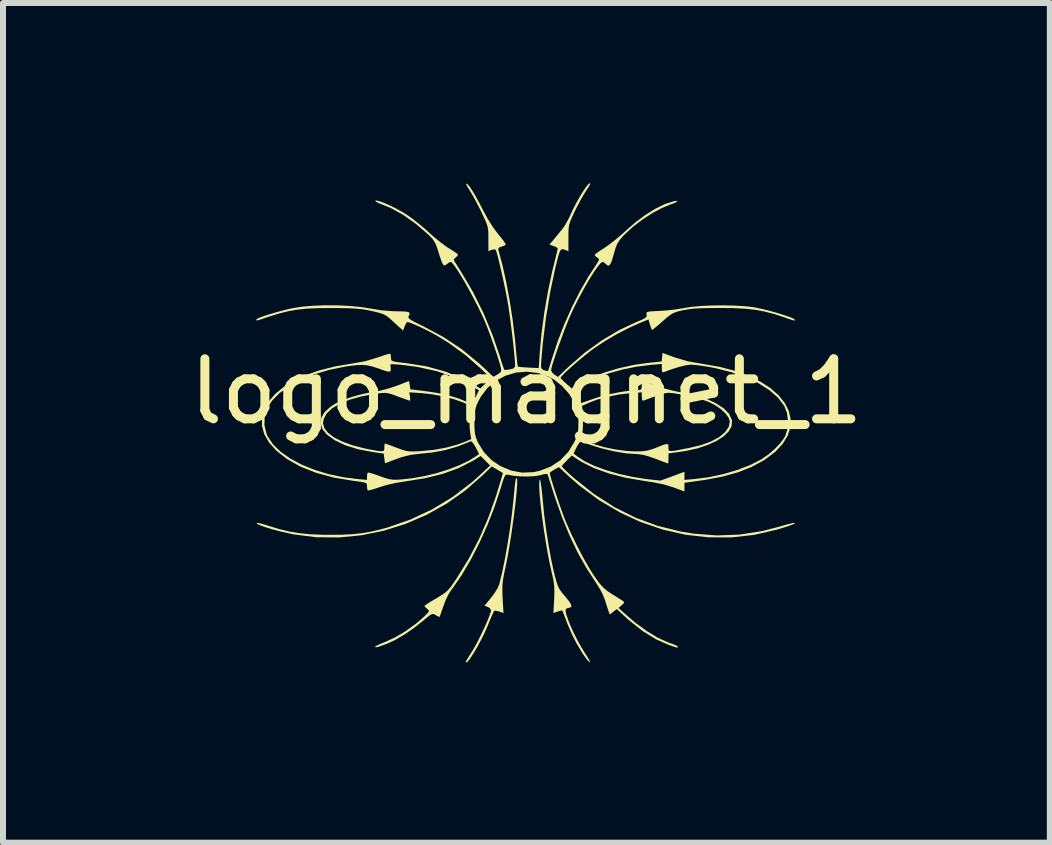
<source format=kicad_pcb>
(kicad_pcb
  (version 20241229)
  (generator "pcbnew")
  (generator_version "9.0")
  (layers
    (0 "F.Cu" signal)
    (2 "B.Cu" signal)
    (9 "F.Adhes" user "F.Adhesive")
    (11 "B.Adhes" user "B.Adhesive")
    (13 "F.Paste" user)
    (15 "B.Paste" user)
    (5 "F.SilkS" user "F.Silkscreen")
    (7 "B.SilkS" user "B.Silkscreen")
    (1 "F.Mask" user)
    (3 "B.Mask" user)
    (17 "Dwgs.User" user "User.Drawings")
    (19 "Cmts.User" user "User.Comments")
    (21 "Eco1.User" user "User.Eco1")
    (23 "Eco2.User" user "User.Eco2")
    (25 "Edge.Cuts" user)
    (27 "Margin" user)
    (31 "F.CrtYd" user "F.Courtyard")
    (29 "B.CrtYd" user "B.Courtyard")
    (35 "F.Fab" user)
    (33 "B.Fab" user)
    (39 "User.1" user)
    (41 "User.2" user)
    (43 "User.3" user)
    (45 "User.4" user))
  (footprint "logo_magnet_1"
    (layer "F.Cu")
    (at 5.72 3.973)
    (property "Reference" "logo_magnet_1" (at 0 -0.5 0) (unlocked yes) (layer "F.SilkS") (effects (font (size 1 1) (thickness 0.15))))
    (attr smd)
    (fp_poly (pts (xy -0.158 0.945) (xy -0.153 0.976) (xy -0.154 1.045) (xy -0.161 1.145) (xy -0.173 1.271) (xy -0.189 1.416) (xy -0.209 1.575) (xy -0.232 1.741) (xy -0.256 1.908) (xy -0.282 2.071) (xy -0.308 2.222) (xy -0.334 2.357) (xy -0.345 2.408) (xy -0.372 2.537) (xy -0.39 2.637) (xy -0.399 2.723) (xy -0.401 2.807) (xy -0.398 2.905) (xy -0.396 2.948) (xy -0.382 3.19) (xy -0.453 3.165) (xy -0.505 3.152) (xy -0.535 3.151) (xy -0.536 3.152) (xy -0.549 3.177) (xy -0.575 3.233) (xy -0.609 3.314) (xy -0.645 3.401) (xy -0.69 3.505) (xy -0.742 3.612) (xy -0.798 3.717) (xy -0.853 3.814) (xy -0.905 3.899) (xy -0.95 3.964) (xy -0.985 4.005) (xy -1.006 4.016) (xy -1.011 4.002) (xy -1 3.98) (xy -0.97 3.93) (xy -0.926 3.861) (xy -0.906 3.83) (xy -0.861 3.754) (xy -0.809 3.658) (xy -0.755 3.549) (xy -0.702 3.438) (xy -0.655 3.332) (xy -0.618 3.241) (xy -0.595 3.174) (xy -0.589 3.144) (xy -0.608 3.111) (xy -0.644 3.089) (xy -0.699 3.068) (xy -0.588 2.934) (xy -0.53 2.857) (xy -0.482 2.778) (xy -0.454 2.715) (xy -0.453 2.712) (xy -0.406 2.519) (xy -0.359 2.294) (xy -0.315 2.045) (xy -0.274 1.785) (xy -0.24 1.524) (xy -0.213 1.273) (xy -0.21 1.244) (xy -0.198 1.117) (xy -0.189 1.029) (xy -0.181 0.974) (xy -0.173 0.947) (xy -0.164 0.941)) (stroke (width 0) (type solid)) (fill yes) (layer "F.SilkS"))
    (fp_poly (pts (xy 0.231 0.98) (xy 0.241 1.033) (xy 0.253 1.119) (xy 0.265 1.233) (xy 0.276 1.35) (xy 0.297 1.564) (xy 0.328 1.798) (xy 0.366 2.038) (xy 0.407 2.269) (xy 0.451 2.477) (xy 0.47 2.555) (xy 0.498 2.661) (xy 0.523 2.736) (xy 0.553 2.796) (xy 0.594 2.853) (xy 0.648 2.916) (xy 0.715 3) (xy 0.748 3.057) (xy 0.748 3.09) (xy 0.716 3.101) (xy 0.715 3.101) (xy 0.673 3.113) (xy 0.66 3.12) (xy 0.652 3.15) (xy 0.664 3.211) (xy 0.693 3.297) (xy 0.734 3.401) (xy 0.786 3.516) (xy 0.846 3.635) (xy 0.91 3.751) (xy 0.975 3.858) (xy 0.993 3.885) (xy 1.032 3.948) (xy 1.055 3.993) (xy 1.057 4.013) (xy 1.056 4.013) (xy 1.034 3.995) (xy 0.996 3.949) (xy 0.949 3.883) (xy 0.936 3.863) (xy 0.839 3.703) (xy 0.76 3.549) (xy 0.687 3.378) (xy 0.666 3.323) (xy 0.636 3.245) (xy 0.612 3.184) (xy 0.598 3.151) (xy 0.597 3.148) (xy 0.574 3.149) (xy 0.527 3.163) (xy 0.52 3.165) (xy 0.449 3.19) (xy 0.462 2.962) (xy 0.466 2.84) (xy 0.463 2.741) (xy 0.45 2.645) (xy 0.425 2.53) (xy 0.421 2.515) (xy 0.386 2.356) (xy 0.351 2.175) (xy 0.318 1.98) (xy 0.287 1.78) (xy 0.26 1.584) (xy 0.238 1.399) (xy 0.222 1.236) (xy 0.214 1.102) (xy 0.213 1.044) (xy 0.216 0.982) (xy 0.222 0.962)) (stroke (width 0) (type solid)) (fill yes) (layer "F.SilkS"))
    (fp_poly (pts (xy 1.064 -3.971) (xy 1.059 -3.948) (xy 1.032 -3.901) (xy 0.997 -3.848) (xy 0.954 -3.781) (xy 0.901 -3.688) (xy 0.845 -3.582) (xy 0.809 -3.511) (xy 0.762 -3.411) (xy 0.731 -3.338) (xy 0.712 -3.278) (xy 0.703 -3.216) (xy 0.7 -3.139) (xy 0.7 -3.061) (xy 0.7 -2.839) (xy 0.641 -2.861) (xy 0.611 -2.871) (xy 0.587 -2.871) (xy 0.568 -2.854) (xy 0.55 -2.816) (xy 0.529 -2.75) (xy 0.504 -2.651) (xy 0.479 -2.548) (xy 0.395 -2.15) (xy 0.325 -1.725) (xy 0.271 -1.285) (xy 0.248 -1.018) (xy 0.243 -0.941) (xy 0.246 -0.897) (xy 0.26 -0.873) (xy 0.288 -0.858) (xy 0.294 -0.856) (xy 0.338 -0.843) (xy 0.359 -0.843) (xy 0.368 -0.866) (xy 0.387 -0.923) (xy 0.412 -1.004) (xy 0.433 -1.071) (xy 0.524 -1.346) (xy 0.635 -1.63) (xy 0.76 -1.91) (xy 0.894 -2.175) (xy 1.031 -2.412) (xy 1.089 -2.501) (xy 1.141 -2.581) (xy 1.182 -2.646) (xy 1.206 -2.689) (xy 1.211 -2.7) (xy 1.194 -2.722) (xy 1.163 -2.746) (xy 1.143 -2.761) (xy 1.14 -2.776) (xy 1.159 -2.798) (xy 1.205 -2.832) (xy 1.283 -2.882) (xy 1.291 -2.887) (xy 1.386 -2.954) (xy 1.495 -3.039) (xy 1.6 -3.128) (xy 1.644 -3.169) (xy 1.811 -3.315) (xy 1.983 -3.443) (xy 2.153 -3.549) (xy 2.313 -3.626) (xy 2.456 -3.671) (xy 2.503 -3.677) (xy 2.514 -3.67) (xy 2.492 -3.653) (xy 2.441 -3.63) (xy 2.4 -3.616) (xy 2.256 -3.557) (xy 2.096 -3.471) (xy 1.933 -3.365) (xy 1.777 -3.246) (xy 1.64 -3.121) (xy 1.608 -3.089) (xy 1.555 -3.027) (xy 1.517 -2.968) (xy 1.487 -2.896) (xy 1.458 -2.797) (xy 1.455 -2.786) (xy 1.425 -2.684) (xy 1.399 -2.622) (xy 1.372 -2.596) (xy 1.344 -2.605) (xy 1.322 -2.626) (xy 1.286 -2.654) (xy 1.267 -2.66) (xy 1.238 -2.641) (xy 1.193 -2.587) (xy 1.135 -2.506) (xy 1.068 -2.402) (xy 0.996 -2.28) (xy 0.922 -2.148) (xy 0.849 -2.011) (xy 0.781 -1.874) (xy 0.745 -1.795) (xy 0.704 -1.701) (xy 0.658 -1.586) (xy 0.609 -1.458) (xy 0.561 -1.325) (xy 0.514 -1.195) (xy 0.474 -1.075) (xy 0.441 -0.974) (xy 0.419 -0.898) (xy 0.411 -0.856) (xy 0.411 -0.855) (xy 0.428 -0.818) (xy 0.468 -0.781) (xy 0.525 -0.744) (xy 0.72 -0.929) (xy 0.977 -1.151) (xy 1.256 -1.352) (xy 1.546 -1.524) (xy 1.836 -1.66) (xy 1.84 -1.661) (xy 1.925 -1.697) (xy 1.976 -1.723) (xy 2 -1.745) (xy 2.004 -1.768) (xy 2.002 -1.782) (xy 1.998 -1.805) (xy 2.005 -1.82) (xy 2.03 -1.83) (xy 2.081 -1.836) (xy 2.166 -1.841) (xy 2.217 -1.843) (xy 2.341 -1.852) (xy 2.476 -1.867) (xy 2.597 -1.886) (xy 2.633 -1.893) (xy 2.759 -1.912) (xy 2.917 -1.926) (xy 3.095 -1.934) (xy 3.282 -1.936) (xy 3.467 -1.932) (xy 3.637 -1.922) (xy 3.78 -1.906) (xy 3.833 -1.896) (xy 3.939 -1.873) (xy 4.054 -1.844) (xy 4.169 -1.812) (xy 4.277 -1.779) (xy 4.368 -1.748) (xy 4.434 -1.723) (xy 4.466 -1.704) (xy 4.467 -1.703) (xy 4.473 -1.687) (xy 4.461 -1.683) (xy 4.425 -1.692) (xy 4.358 -1.714) (xy 4.301 -1.735) (xy 4.135 -1.79) (xy 3.977 -1.831) (xy 3.816 -1.861) (xy 3.641 -1.88) (xy 3.442 -1.89) (xy 3.233 -1.892) (xy 3.055 -1.891) (xy 2.914 -1.888) (xy 2.801 -1.882) (xy 2.708 -1.872) (xy 2.627 -1.858) (xy 2.603 -1.853) (xy 2.518 -1.833) (xy 2.455 -1.81) (xy 2.399 -1.778) (xy 2.336 -1.73) (xy 2.268 -1.67) (xy 2.198 -1.608) (xy 2.141 -1.56) (xy 2.104 -1.531) (xy 2.095 -1.525) (xy 2.083 -1.544) (xy 2.065 -1.592) (xy 2.059 -1.613) (xy 2.033 -1.7) (xy 1.894 -1.644) (xy 1.707 -1.56) (xy 1.506 -1.456) (xy 1.31 -1.342) (xy 1.138 -1.228) (xy 1.058 -1.168) (xy 0.967 -1.096) (xy 0.873 -1.018) (xy 0.782 -0.94) (xy 0.7 -0.866) (xy 0.632 -0.803) (xy 0.587 -0.755) (xy 0.569 -0.73) (xy 0.569 -0.729) (xy 0.585 -0.707) (xy 0.626 -0.666) (xy 0.667 -0.629) (xy 0.763 -0.545) (xy 0.886 -0.624) (xy 1.074 -0.726) (xy 1.297 -0.816) (xy 1.544 -0.89) (xy 1.806 -0.947) (xy 2.015 -0.976) (xy 2.253 -1.001) (xy 2.26 -1.072) (xy 2.267 -1.144) (xy 2.467 -1.07) (xy 2.689 -1.004) (xy 2.933 -0.961) (xy 3.216 -0.912) (xy 3.471 -0.846) (xy 3.699 -0.763) (xy 3.897 -0.666) (xy 4.064 -0.558) (xy 4.2 -0.439) (xy 4.302 -0.312) (xy 4.37 -0.18) (xy 4.402 -0.043) (xy 4.397 0.096) (xy 4.353 0.234) (xy 4.27 0.371) (xy 4.146 0.504) (xy 3.979 0.63) (xy 3.959 0.643) (xy 3.755 0.754) (xy 3.527 0.845) (xy 3.267 0.917) (xy 2.972 0.973) (xy 2.906 0.982) (xy 2.633 1.02) (xy 2.633 1.165) (xy 2.45 1.097) (xy 2.295 1.049) (xy 2.104 1.01) (xy 1.956 0.988) (xy 1.653 0.936) (xy 1.376 0.865) (xy 1.129 0.777) (xy 0.918 0.672) (xy 0.841 0.623) (xy 0.757 0.566) (xy 0.673 0.648) (xy 0.626 0.697) (xy 0.595 0.734) (xy 0.589 0.746) (xy 0.605 0.766) (xy 0.648 0.809) (xy 0.711 0.869) (xy 0.79 0.939) (xy 0.794 0.943) (xy 1.123 1.205) (xy 1.463 1.424) (xy 1.817 1.601) (xy 2.185 1.737) (xy 2.57 1.832) (xy 2.784 1.867) (xy 3.171 1.897) (xy 3.551 1.883) (xy 3.926 1.825) (xy 4.206 1.753) (xy 4.305 1.724) (xy 4.389 1.702) (xy 4.447 1.689) (xy 4.472 1.687) (xy 4.473 1.687) (xy 4.467 1.7) (xy 4.429 1.718) (xy 4.356 1.744) (xy 4.245 1.779) (xy 4.167 1.802) (xy 3.794 1.888) (xy 3.415 1.93) (xy 3.034 1.929) (xy 2.652 1.886) (xy 2.273 1.8) (xy 1.899 1.672) (xy 1.567 1.519) (xy 1.212 1.311) (xy 0.881 1.065) (xy 0.726 0.93) (xy 0.542 0.76) (xy 0.465 0.801) (xy 0.417 0.831) (xy 0.39 0.854) (xy 0.389 0.858) (xy 0.396 0.894) (xy 0.415 0.964) (xy 0.444 1.058) (xy 0.48 1.17) (xy 0.52 1.29) (xy 0.561 1.41) (xy 0.601 1.522) (xy 0.636 1.617) (xy 0.656 1.666) (xy 0.744 1.865) (xy 0.844 2.071) (xy 0.949 2.271) (xy 1.053 2.453) (xy 1.139 2.588) (xy 1.209 2.685) (xy 1.271 2.756) (xy 1.336 2.814) (xy 1.418 2.87) (xy 1.422 2.872) (xy 1.499 2.92) (xy 1.564 2.961) (xy 1.606 2.987) (xy 1.611 2.991) (xy 1.629 3.01) (xy 1.616 3.034) (xy 1.59 3.058) (xy 1.535 3.104) (xy 1.623 3.186) (xy 1.808 3.346) (xy 1.996 3.484) (xy 2.179 3.596) (xy 2.35 3.675) (xy 2.406 3.695) (xy 2.47 3.718) (xy 2.512 3.739) (xy 2.522 3.75) (xy 2.521 3.762) (xy 2.512 3.766) (xy 2.485 3.76) (xy 2.432 3.742) (xy 2.377 3.723) (xy 2.161 3.629) (xy 1.938 3.491) (xy 1.712 3.313) (xy 1.639 3.247) (xy 1.506 3.124) (xy 1.447 3.169) (xy 1.389 3.215) (xy 1.368 3.159) (xy 1.35 3.106) (xy 1.326 3.031) (xy 1.309 2.974) (xy 1.275 2.888) (xy 1.222 2.785) (xy 1.158 2.684) (xy 1.155 2.679) (xy 0.999 2.439) (xy 0.855 2.184) (xy 0.722 1.907) (xy 0.596 1.602) (xy 0.475 1.264) (xy 0.356 0.888) (xy 0.355 0.884) (xy 0.337 0.872) (xy 0.29 0.877) (xy 0.232 0.893) (xy 0.141 0.909) (xy 0.023 0.916) (xy -0.104 0.913) (xy -0.226 0.902) (xy -0.301 0.887) (xy -0.325 0.883) (xy -0.344 0.889) (xy -0.362 0.912) (xy -0.381 0.959) (xy -0.406 1.037) (xy -0.433 1.125) (xy -0.534 1.43) (xy -0.653 1.734) (xy -0.787 2.029) (xy -0.93 2.307) (xy -1.079 2.559) (xy -1.23 2.778) (xy -1.26 2.817) (xy -1.299 2.879) (xy -1.341 2.966) (xy -1.378 3.061) (xy -1.382 3.072) (xy -1.41 3.153) (xy -1.432 3.216) (xy -1.445 3.251) (xy -1.447 3.254) (xy -1.468 3.249) (xy -1.51 3.226) (xy -1.511 3.225) (xy -1.539 3.209) (xy -1.564 3.205) (xy -1.595 3.217) (xy -1.64 3.251) (xy -1.709 3.308) (xy -1.717 3.315) (xy -1.874 3.439) (xy -2.033 3.549) (xy -2.186 3.638) (xy -2.296 3.69) (xy -2.4 3.73) (xy -2.469 3.754) (xy -2.507 3.762) (xy -2.522 3.756) (xy -2.522 3.753) (xy -2.503 3.737) (xy -2.451 3.712) (xy -2.378 3.681) (xy -2.357 3.673) (xy -2.188 3.596) (xy -2.009 3.489) (xy -1.836 3.364) (xy -1.736 3.278) (xy -1.672 3.218) (xy -1.636 3.181) (xy -1.625 3.157) (xy -1.633 3.138) (xy -1.653 3.121) (xy -1.688 3.089) (xy -1.7 3.072) (xy -1.682 3.057) (xy -1.634 3.025) (xy -1.563 2.981) (xy -1.503 2.946) (xy -1.42 2.896) (xy -1.358 2.854) (xy -1.309 2.811) (xy -1.263 2.758) (xy -1.211 2.685) (xy -1.15 2.593) (xy -0.955 2.275) (xy -0.786 1.949) (xy -0.637 1.606) (xy -0.505 1.237) (xy -0.425 0.973) (xy -0.392 0.857) (xy -0.578 0.747) (xy -0.722 0.889) (xy -1.014 1.145) (xy -1.33 1.368) (xy -1.665 1.555) (xy -2.017 1.706) (xy -2.38 1.82) (xy -2.752 1.895) (xy -3.127 1.931) (xy -3.503 1.927) (xy -3.876 1.88) (xy -4.087 1.834) (xy -4.225 1.797) (xy -4.34 1.763) (xy -4.427 1.732) (xy -4.481 1.707) (xy -4.497 1.69) (xy -4.495 1.688) (xy -4.47 1.689) (xy -4.414 1.702) (xy -4.337 1.724) (xy -4.31 1.733) (xy -4.122 1.79) (xy -3.949 1.832) (xy -3.778 1.86) (xy -3.597 1.878) (xy -3.391 1.886) (xy -3.278 1.887) (xy -3.071 1.885) (xy -2.895 1.876) (xy -2.737 1.859) (xy -2.585 1.833) (xy -2.425 1.795) (xy -2.311 1.764) (xy -1.931 1.632) (xy -1.567 1.461) (xy -1.223 1.252) (xy -0.905 1.008) (xy -0.783 0.899) (xy -0.605 0.732) (xy -0.684 0.653) (xy -0.762 0.574) (xy -0.901 0.659) (xy -1.13 0.776) (xy -1.393 0.871) (xy -1.693 0.945) (xy -2.011 0.996) (xy -2.173 1.022) (xy -2.329 1.057) (xy -2.45 1.094) (xy -2.533 1.122) (xy -2.599 1.141) (xy -2.638 1.149) (xy -2.644 1.148) (xy -2.653 1.119) (xy -2.656 1.076) (xy -2.657 1.048) (xy -2.667 1.029) (xy -2.694 1.016) (xy -2.746 1.006) (xy -2.831 0.994) (xy -2.872 0.989) (xy -3.203 0.935) (xy -3.499 0.855) (xy -3.762 0.752) (xy -3.988 0.625) (xy -4.165 0.486) (xy -4.287 0.35) (xy -4.367 0.211) (xy -4.406 0.071) (xy -4.406 0.056) (xy -4.365 0.056) (xy -4.33 0.204) (xy -4.309 0.25) (xy -4.222 0.379) (xy -4.096 0.502) (xy -3.935 0.615) (xy -3.745 0.717) (xy -3.53 0.804) (xy -3.296 0.876) (xy -3.047 0.928) (xy -2.827 0.956) (xy -2.656 0.972) (xy -2.656 0.917) (xy -2.651 0.87) (xy -2.644 0.85) (xy -2.619 0.852) (xy -2.563 0.867) (xy -2.485 0.893) (xy -2.445 0.908) (xy -2.363 0.938) (xy -2.296 0.957) (xy -2.231 0.968) (xy -2.159 0.969) (xy -2.07 0.963) (xy -1.951 0.95) (xy -1.889 0.942) (xy -1.695 0.908) (xy -1.494 0.859) (xy -1.297 0.797) (xy -1.115 0.727) (xy -0.958 0.651) (xy -0.856 0.588) (xy -0.789 0.541) (xy -0.846 0.429) (xy -0.883 0.366) (xy -0.915 0.332) (xy -0.929 0.329) (xy -1.144 0.415) (xy -1.349 0.475) (xy -1.563 0.515) (xy -1.77 0.536) (xy -1.932 0.556) (xy -2.082 0.594) (xy -2.164 0.623) (xy -2.356 0.695) (xy -2.367 0.614) (xy -2.378 0.534) (xy -2.558 0.508) (xy -2.802 0.462) (xy -3.013 0.397) (xy -3.189 0.314) (xy -3.323 0.218) (xy -3.398 0.127) (xy -3.429 0.034) (xy -3.429 0.029) (xy -3.389 0.029) (xy -3.367 0.11) (xy -3.304 0.189) (xy -3.204 0.264) (xy -3.068 0.333) (xy -2.902 0.394) (xy -2.707 0.445) (xy -2.601 0.466) (xy -2.498 0.485) (xy -2.43 0.494) (xy -2.391 0.493) (xy -2.373 0.48) (xy -2.367 0.455) (xy -2.367 0.432) (xy -2.364 0.385) (xy -2.358 0.365) (xy -2.357 0.365) (xy -2.334 0.373) (xy -2.279 0.392) (xy -2.203 0.421) (xy -2.165 0.435) (xy -2.081 0.466) (xy -2.016 0.486) (xy -1.955 0.496) (xy -1.883 0.498) (xy -1.787 0.494) (xy -1.747 0.491) (xy -1.543 0.471) (xy -1.34 0.435) (xy -1.155 0.385) (xy -1.03 0.34) (xy -0.919 0.292) (xy -0.935 0.201) (xy -0.946 0.096) (xy -0.948 0.009) (xy -0.867 0.009) (xy -0.865 0.117) (xy -0.858 0.195) (xy -0.843 0.26) (xy -0.818 0.325) (xy -0.808 0.347) (xy -0.708 0.51) (xy -0.575 0.647) (xy -0.436 0.74) (xy -0.253 0.817) (xy -0.072 0.851) (xy 0.115 0.843) (xy 0.22 0.821) (xy 0.404 0.751) (xy 0.566 0.644) (xy 0.673 0.531) (xy 0.785 0.531) (xy 0.848 0.581) (xy 0.97 0.661) (xy 1.129 0.737) (xy 1.317 0.806) (xy 1.526 0.868) (xy 1.75 0.918) (xy 1.98 0.956) (xy 2.133 0.973) (xy 2.19 0.978) (xy 2.222 0.983) (xy 2.225 0.984) (xy 2.245 0.979) (xy 2.298 0.96) (xy 2.375 0.933) (xy 2.43 0.912) (xy 2.633 0.837) (xy 2.633 0.972) (xy 2.806 0.957) (xy 3.043 0.926) (xy 3.285 0.874) (xy 3.519 0.805) (xy 3.733 0.722) (xy 3.913 0.63) (xy 4.024 0.554) (xy 4.132 0.462) (xy 4.226 0.364) (xy 4.295 0.271) (xy 4.312 0.241) (xy 4.349 0.125) (xy 4.358 -0.008) (xy 4.341 -0.141) (xy 4.298 -0.255) (xy 4.295 -0.261) (xy 4.191 -0.398) (xy 4.046 -0.524) (xy 3.865 -0.639) (xy 3.651 -0.74) (xy 3.408 -0.824) (xy 3.138 -0.892) (xy 3.025 -0.913) (xy 2.923 -0.929) (xy 2.826 -0.941) (xy 2.75 -0.947) (xy 2.734 -0.947) (xy 2.66 -0.938) (xy 2.557 -0.914) (xy 2.438 -0.878) (xy 2.314 -0.832) (xy 2.294 -0.825) (xy 2.268 -0.821) (xy 2.257 -0.846) (xy 2.256 -0.884) (xy 2.256 -0.96) (xy 2.063 -0.943) (xy 1.833 -0.914) (xy 1.603 -0.867) (xy 1.382 -0.806) (xy 1.177 -0.733) (xy 0.999 -0.651) (xy 0.854 -0.563) (xy 0.837 -0.55) (xy 0.785 -0.511) (xy 0.837 -0.405) (xy 0.875 -0.338) (xy 0.907 -0.311) (xy 0.922 -0.311) (xy 0.957 -0.324) (xy 1.023 -0.346) (xy 1.107 -0.376) (xy 1.149 -0.391) (xy 1.267 -0.426) (xy 1.406 -0.46) (xy 1.553 -0.49) (xy 1.693 -0.511) (xy 1.811 -0.523) (xy 1.85 -0.524) (xy 1.898 -0.528) (xy 1.918 -0.549) (xy 1.922 -0.6) (xy 1.922 -0.602) (xy 1.924 -0.654) (xy 1.93 -0.679) (xy 1.931 -0.68) (xy 1.954 -0.673) (xy 2.009 -0.653) (xy 2.087 -0.623) (xy 2.138 -0.604) (xy 2.259 -0.563) (xy 2.397 -0.525) (xy 2.526 -0.496) (xy 2.546 -0.493) (xy 2.723 -0.46) (xy 2.87 -0.423) (xy 3 -0.378) (xy 3.127 -0.32) (xy 3.152 -0.307) (xy 3.283 -0.224) (xy 3.372 -0.134) (xy 3.42 -0.036) (xy 3.425 -0.009) (xy 3.418 0.079) (xy 3.369 0.165) (xy 3.285 0.247) (xy 3.167 0.323) (xy 3.021 0.39) (xy 2.85 0.447) (xy 2.657 0.489) (xy 2.569 0.503) (xy 2.367 0.531) (xy 2.367 0.615) (xy 2.365 0.669) (xy 2.361 0.697) (xy 2.359 0.699) (xy 2.337 0.691) (xy 2.283 0.671) (xy 2.206 0.641) (xy 2.154 0.621) (xy 2.037 0.58) (xy 1.934 0.553) (xy 1.859 0.543) (xy 1.67 0.531) (xy 1.458 0.496) (xy 1.234 0.442) (xy 1.012 0.371) (xy 0.922 0.336) (xy 0.893 0.342) (xy 0.86 0.385) (xy 0.837 0.427) (xy 0.785 0.531) (xy 0.673 0.531) (xy 0.699 0.503) (xy 0.797 0.343) (xy 0.833 0.263) (xy 0.835 0.256) (xy 0.914 0.256) (xy 0.926 0.284) (xy 0.97 0.312) (xy 1.113 0.372) (xy 1.287 0.424) (xy 1.476 0.464) (xy 1.668 0.489) (xy 1.813 0.497) (xy 1.927 0.495) (xy 2.015 0.483) (xy 2.096 0.46) (xy 2.135 0.446) (xy 2.235 0.406) (xy 2.301 0.382) (xy 2.341 0.374) (xy 2.36 0.381) (xy 2.366 0.403) (xy 2.367 0.431) (xy 2.367 0.459) (xy 2.37 0.479) (xy 2.385 0.489) (xy 2.416 0.491) (xy 2.47 0.485) (xy 2.553 0.47) (xy 2.672 0.447) (xy 2.709 0.44) (xy 2.907 0.393) (xy 3.075 0.332) (xy 3.21 0.26) (xy 3.309 0.178) (xy 3.37 0.089) (xy 3.389 -0.000305) (xy 3.369 -0.064) (xy 3.316 -0.136) (xy 3.236 -0.21) (xy 3.137 -0.277) (xy 3.028 -0.331) (xy 3.028 -0.331) (xy 2.935 -0.363) (xy 2.818 -0.396) (xy 2.69 -0.427) (xy 2.565 -0.453) (xy 2.455 -0.472) (xy 2.372 -0.479) (xy 2.363 -0.479) (xy 2.307 -0.471) (xy 2.226 -0.449) (xy 2.136 -0.418) (xy 2.122 -0.413) (xy 2.042 -0.382) (xy 1.979 -0.359) (xy 1.943 -0.347) (xy 1.939 -0.347) (xy 1.927 -0.366) (xy 1.922 -0.413) (xy 1.922 -0.417) (xy 1.922 -0.487) (xy 1.728 -0.472) (xy 1.539 -0.45) (xy 1.349 -0.412) (xy 1.172 -0.363) (xy 1.05 -0.317) (xy 0.928 -0.262) (xy 0.939 -0.062) (xy 0.942 0.048) (xy 0.938 0.141) (xy 0.928 0.203) (xy 0.926 0.207) (xy 0.914 0.256) (xy 0.835 0.256) (xy 0.854 0.194) (xy 0.864 0.12) (xy 0.866 0.022) (xy 0.866 0.009) (xy 0.865 -0.092) (xy 0.856 -0.166) (xy 0.838 -0.231) (xy 0.805 -0.306) (xy 0.794 -0.329) (xy 0.706 -0.468) (xy 0.591 -0.595) (xy 0.46 -0.699) (xy 0.379 -0.744) (xy 0.196 -0.808) (xy 0.009 -0.831) (xy -0.174 -0.816) (xy -0.349 -0.764) (xy -0.509 -0.678) (xy -0.649 -0.559) (xy -0.762 -0.41) (xy -0.794 -0.35) (xy -0.829 -0.275) (xy -0.85 -0.214) (xy -0.862 -0.15) (xy -0.866 -0.068) (xy -0.867 0.009) (xy -0.948 0.009) (xy -0.948 -0.022) (xy -0.942 -0.131) (xy -0.933 -0.191) (xy -0.928 -0.23) (xy -0.938 -0.256) (xy -0.972 -0.28) (xy -1.037 -0.311) (xy -1.194 -0.368) (xy -1.377 -0.418) (xy -1.571 -0.454) (xy -1.742 -0.473) (xy -1.951 -0.487) (xy -1.94 -0.417) (xy -1.936 -0.369) (xy -1.941 -0.347) (xy -1.942 -0.347) (xy -1.966 -0.354) (xy -2.022 -0.374) (xy -2.1 -0.402) (xy -2.141 -0.417) (xy -2.231 -0.451) (xy -2.295 -0.47) (xy -2.351 -0.477) (xy -2.414 -0.475) (xy -2.5 -0.464) (xy -2.52 -0.461) (xy -2.748 -0.419) (xy -2.945 -0.364) (xy -3.109 -0.297) (xy -3.238 -0.22) (xy -3.328 -0.134) (xy -3.379 -0.04) (xy -3.389 0.029) (xy -3.429 0.029) (xy -3.418 -0.06) (xy -3.365 -0.153) (xy -3.27 -0.242) (xy -3.182 -0.3) (xy -3.073 -0.351) (xy -2.933 -0.402) (xy -2.776 -0.448) (xy -2.616 -0.484) (xy -2.518 -0.5) (xy -2.418 -0.519) (xy -2.299 -0.551) (xy -2.183 -0.588) (xy -2.154 -0.599) (xy -1.956 -0.675) (xy -1.944 -0.606) (xy -1.933 -0.537) (xy -1.705 -0.51) (xy -1.497 -0.479) (xy -1.307 -0.438) (xy -1.143 -0.39) (xy -1.018 -0.339) (xy -0.908 -0.283) (xy -0.791 -0.521) (xy -0.94 -0.608) (xy -1.198 -0.738) (xy -1.485 -0.837) (xy -1.804 -0.908) (xy -1.996 -0.935) (xy -2.097 -0.946) (xy -2.181 -0.953) (xy -2.239 -0.956) (xy -2.26 -0.955) (xy -2.267 -0.929) (xy -2.263 -0.913) (xy -2.259 -0.863) (xy -2.263 -0.847) (xy -2.276 -0.833) (xy -2.303 -0.832) (xy -2.354 -0.845) (xy -2.435 -0.873) (xy -2.456 -0.881) (xy -2.56 -0.915) (xy -2.65 -0.936) (xy -2.739 -0.944) (xy -2.842 -0.939) (xy -2.97 -0.923) (xy -3.023 -0.914) (xy -3.289 -0.86) (xy -3.535 -0.786) (xy -3.758 -0.696) (xy -3.951 -0.591) (xy -4.113 -0.474) (xy -4.238 -0.347) (xy -4.313 -0.232) (xy -4.36 -0.092) (xy -4.365 0.056) (xy -4.406 0.056) (xy -4.406 -0.068) (xy -4.368 -0.204) (xy -4.293 -0.335) (xy -4.185 -0.46) (xy -4.043 -0.577) (xy -3.871 -0.683) (xy -3.668 -0.777) (xy -3.438 -0.856) (xy -3.181 -0.92) (xy -2.936 -0.961) (xy -2.683 -1.006) (xy -2.473 -1.069) (xy -2.388 -1.099) (xy -2.319 -1.121) (xy -2.276 -1.13) (xy -2.268 -1.13) (xy -2.259 -1.101) (xy -2.256 -1.059) (xy -2.254 -1.034) (xy -2.245 -1.016) (xy -2.22 -1.004) (xy -2.172 -0.994) (xy -2.093 -0.984) (xy -2.006 -0.974) (xy -1.661 -0.919) (xy -1.342 -0.83) (xy -1.051 -0.709) (xy -0.94 -0.65) (xy -0.768 -0.552) (xy -0.68 -0.636) (xy -0.592 -0.72) (xy -0.763 -0.886) (xy -1.015 -1.107) (xy -1.295 -1.31) (xy -1.493 -1.432) (xy -1.591 -1.486) (xy -1.696 -1.539) (xy -1.796 -1.587) (xy -1.884 -1.625) (xy -1.95 -1.651) (xy -1.983 -1.659) (xy -2.002 -1.64) (xy -2.025 -1.595) (xy -2.028 -1.588) (xy -2.055 -1.517) (xy -2.128 -1.582) (xy -2.191 -1.64) (xy -2.262 -1.704) (xy -2.28 -1.721) (xy -2.326 -1.758) (xy -2.379 -1.787) (xy -2.45 -1.811) (xy -2.551 -1.836) (xy -2.58 -1.842) (xy -2.667 -1.86) (xy -2.751 -1.873) (xy -2.841 -1.881) (xy -2.948 -1.887) (xy -3.08 -1.89) (xy -3.246 -1.891) (xy -3.256 -1.891) (xy -3.472 -1.889) (xy -3.655 -1.881) (xy -3.817 -1.864) (xy -3.968 -1.838) (xy -4.12 -1.8) (xy -4.284 -1.75) (xy -4.324 -1.736) (xy -4.41 -1.707) (xy -4.462 -1.69) (xy -4.489 -1.684) (xy -4.499 -1.687) (xy -4.5 -1.697) (xy -4.5 -1.7) (xy -4.48 -1.716) (xy -4.424 -1.74) (xy -4.34 -1.769) (xy -4.236 -1.801) (xy -4.12 -1.834) (xy -3.999 -1.866) (xy -3.902 -1.888) (xy -3.747 -1.913) (xy -3.562 -1.929) (xy -3.357 -1.937) (xy -3.145 -1.936) (xy -2.938 -1.926) (xy -2.75 -1.907) (xy -2.611 -1.885) (xy -2.413 -1.853) (xy -2.217 -1.838) (xy -2.161 -1.837) (xy -2.054 -1.835) (xy -1.986 -1.829) (xy -1.951 -1.815) (xy -1.945 -1.792) (xy -1.961 -1.757) (xy -1.966 -1.749) (xy -1.967 -1.731) (xy -1.947 -1.709) (xy -1.9 -1.679) (xy -1.822 -1.638) (xy -1.721 -1.589) (xy -1.386 -1.41) (xy -1.081 -1.208) (xy -0.793 -0.973) (xy -0.665 -0.854) (xy -0.552 -0.745) (xy -0.481 -0.785) (xy -0.435 -0.817) (xy -0.42 -0.85) (xy -0.425 -0.891) (xy -0.443 -0.962) (xy -0.474 -1.063) (xy -0.514 -1.184) (xy -0.559 -1.315) (xy -0.606 -1.445) (xy -0.65 -1.563) (xy -0.689 -1.66) (xy -0.69 -1.663) (xy -0.745 -1.785) (xy -0.81 -1.918) (xy -0.88 -2.055) (xy -0.954 -2.191) (xy -1.026 -2.321) (xy -1.095 -2.437) (xy -1.157 -2.534) (xy -1.208 -2.608) (xy -1.246 -2.651) (xy -1.262 -2.66) (xy -1.295 -2.646) (xy -1.327 -2.622) (xy -1.353 -2.603) (xy -1.375 -2.602) (xy -1.396 -2.627) (xy -1.419 -2.681) (xy -1.449 -2.77) (xy -1.463 -2.817) (xy -1.495 -2.915) (xy -1.525 -2.984) (xy -1.562 -3.039) (xy -1.614 -3.095) (xy -1.638 -3.118) (xy -1.845 -3.296) (xy -2.053 -3.443) (xy -2.255 -3.555) (xy -2.378 -3.606) (xy -2.455 -3.636) (xy -2.504 -3.661) (xy -2.52 -3.678) (xy -2.503 -3.683) (xy -2.45 -3.672) (xy -2.37 -3.642) (xy -2.272 -3.599) (xy -2.165 -3.546) (xy -2.061 -3.488) (xy -1.994 -3.447) (xy -1.896 -3.378) (xy -1.785 -3.29) (xy -1.677 -3.199) (xy -1.628 -3.154) (xy -1.533 -3.069) (xy -1.429 -2.985) (xy -1.331 -2.912) (xy -1.282 -2.881) (xy -1.205 -2.833) (xy -1.16 -2.801) (xy -1.142 -2.78) (xy -1.146 -2.763) (xy -1.166 -2.745) (xy -1.2 -2.713) (xy -1.211 -2.696) (xy -1.2 -2.673) (xy -1.169 -2.622) (xy -1.124 -2.551) (xy -1.091 -2.499) (xy -0.899 -2.175) (xy -0.722 -1.822) (xy -0.568 -1.452) (xy -0.448 -1.103) (xy -0.419 -1.008) (xy -0.393 -0.93) (xy -0.375 -0.878) (xy -0.367 -0.862) (xy -0.34 -0.86) (xy -0.287 -0.867) (xy -0.272 -0.87) (xy -0.216 -0.885) (xy -0.193 -0.91) (xy -0.189 -0.939) (xy -0.192 -1) (xy -0.2 -1.096) (xy -0.212 -1.218) (xy -0.227 -1.358) (xy -0.245 -1.506) (xy -0.263 -1.654) (xy -0.282 -1.792) (xy -0.299 -1.912) (xy -0.303 -1.936) (xy -0.321 -2.038) (xy -0.344 -2.158) (xy -0.371 -2.29) (xy -0.4 -2.424) (xy -0.43 -2.554) (xy -0.457 -2.67) (xy -0.482 -2.766) (xy -0.501 -2.833) (xy -0.512 -2.862) (xy -0.539 -2.869) (xy -0.579 -2.86) (xy -0.633 -2.839) (xy -0.634 -3.044) (xy -0.634 -3.131) (xy -0.638 -3.197) (xy -0.649 -3.254) (xy -0.67 -3.316) (xy -0.704 -3.392) (xy -0.753 -3.497) (xy -0.754 -3.499) (xy -0.808 -3.606) (xy -0.863 -3.71) (xy -0.912 -3.797) (xy -0.945 -3.851) (xy -0.982 -3.908) (xy -1.002 -3.95) (xy -1.004 -3.964) (xy -0.983 -3.957) (xy -0.947 -3.914) (xy -0.899 -3.843) (xy -0.843 -3.749) (xy -0.782 -3.637) (xy -0.73 -3.535) (xy -0.645 -3.377) (xy -0.553 -3.233) (xy -0.476 -3.13) (xy -0.418 -3.059) (xy -0.373 -3) (xy -0.348 -2.961) (xy -0.344 -2.952) (xy -0.364 -2.932) (xy -0.41 -2.916) (xy -0.412 -2.915) (xy -0.46 -2.897) (xy -0.47 -2.869) (xy -0.468 -2.863) (xy -0.401 -2.613) (xy -0.337 -2.328) (xy -0.28 -2.021) (xy -0.23 -1.701) (xy -0.191 -1.378) (xy -0.17 -1.152) (xy -0.161 -1.057) (xy -0.153 -0.979) (xy -0.146 -0.929) (xy -0.142 -0.916) (xy -0.117 -0.911) (xy -0.06 -0.905) (xy 0.02 -0.9) (xy 0.036 -0.899) (xy 0.205 -0.891) (xy 0.22 -1.121) (xy 0.25 -1.458) (xy 0.298 -1.816) (xy 0.36 -2.175) (xy 0.433 -2.518) (xy 0.455 -2.604) (xy 0.48 -2.707) (xy 0.502 -2.794) (xy 0.516 -2.857) (xy 0.522 -2.885) (xy 0.522 -2.885) (xy 0.504 -2.902) (xy 0.458 -2.922) (xy 0.453 -2.924) (xy 0.384 -2.948) (xy 0.448 -3.024) (xy 0.5 -3.088) (xy 0.562 -3.163) (xy 0.591 -3.197) (xy 0.643 -3.271) (xy 0.696 -3.365) (xy 0.73 -3.435) (xy 0.777 -3.537) (xy 0.831 -3.643) (xy 0.888 -3.744) (xy 0.943 -3.834) (xy 0.993 -3.907) (xy 1.033 -3.956) (xy 1.06 -3.973)) (stroke (width 0) (type solid)) (fill yes) (layer "F.SilkS")))
  (gr_rect
    (start -3 -3)
    (end 14.44 10.989)
    (stroke (width 0.1) (type default))
    (fill no)
    (layer "Edge.Cuts")))
</source>
